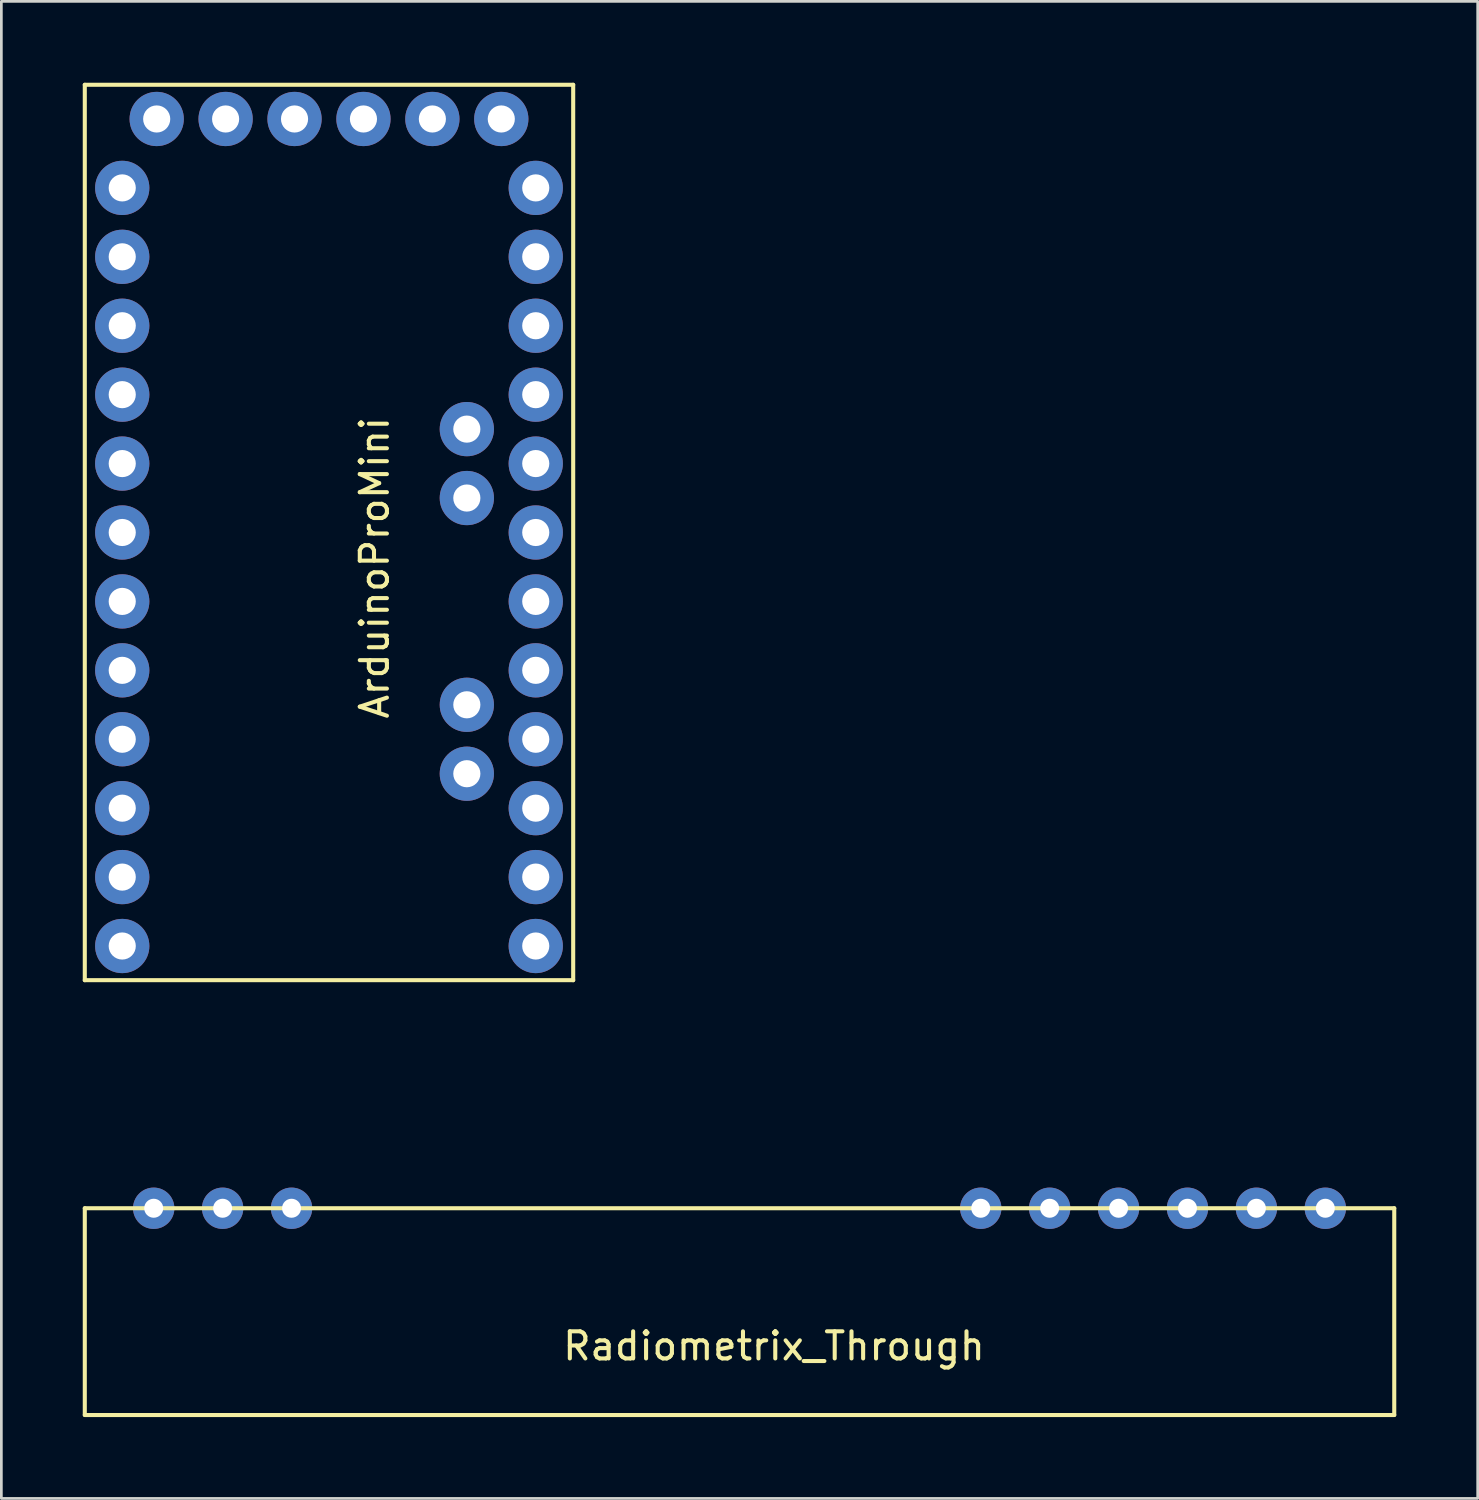
<source format=kicad_pcb>
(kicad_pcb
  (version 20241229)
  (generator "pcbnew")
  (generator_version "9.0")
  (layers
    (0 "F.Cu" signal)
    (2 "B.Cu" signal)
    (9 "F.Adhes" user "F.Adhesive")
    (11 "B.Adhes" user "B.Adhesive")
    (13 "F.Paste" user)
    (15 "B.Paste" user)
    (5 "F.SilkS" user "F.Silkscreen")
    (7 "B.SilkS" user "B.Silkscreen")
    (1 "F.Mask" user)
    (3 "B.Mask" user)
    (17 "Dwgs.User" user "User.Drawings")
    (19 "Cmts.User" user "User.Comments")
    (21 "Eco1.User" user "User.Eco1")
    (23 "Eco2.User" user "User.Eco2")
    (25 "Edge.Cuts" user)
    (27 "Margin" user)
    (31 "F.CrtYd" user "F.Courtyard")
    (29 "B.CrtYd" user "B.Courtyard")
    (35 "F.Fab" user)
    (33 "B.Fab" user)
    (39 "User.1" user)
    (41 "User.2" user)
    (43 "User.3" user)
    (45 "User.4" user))
  (footprint "ArduinoProMini"
    (layer "F.Cu")
    (at 9.155 17.875)
    (property "Reference" "ArduinoProMini" (at 1.6 0 90) (layer "F.SilkS") (effects (font (size 1 1) (thickness 0.15))))
    (attr through_hole)
    (fp_line (start -9.08 -17.8) (end 8.92 -17.8) (stroke (width 0.15) (type solid)) (layer "F.SilkS"))
    (fp_line (start -9.08 15.2) (end -9.08 -17.8) (stroke (width 0.15) (type solid)) (layer "F.SilkS"))
    (fp_line (start -9.08 15.2) (end 8.92 15.2) (stroke (width 0.15) (type solid)) (layer "F.SilkS"))
    (fp_line (start 8.92 -17.8) (end 8.92 15.2) (stroke (width 0.15) (type solid)) (layer "F.SilkS"))
    (pad "1" thru_hole circle (at -7.7 -14) (size 2 2) (drill 1) (layers "*.Cu" "*.Mask"))
    (pad "2" thru_hole circle (at -7.7 -11.46) (size 2 2) (drill 1) (layers "*.Cu" "*.Mask"))
    (pad "3" thru_hole circle (at -7.7 -8.92) (size 2 2) (drill 1) (layers "*.Cu" "*.Mask"))
    (pad "4" thru_hole circle (at -7.7 -6.38) (size 2 2) (drill 1) (layers "*.Cu" "*.Mask"))
    (pad "5" thru_hole circle (at -7.7 -3.84) (size 2 2) (drill 1) (layers "*.Cu" "*.Mask"))
    (pad "6" thru_hole circle (at -7.7 -1.3) (size 2 2) (drill 1) (layers "*.Cu" "*.Mask"))
    (pad "7" thru_hole circle (at -7.7 1.24) (size 2 2) (drill 1) (layers "*.Cu" "*.Mask"))
    (pad "8" thru_hole circle (at -7.7 3.78) (size 2 2) (drill 1) (layers "*.Cu" "*.Mask"))
    (pad "9" thru_hole circle (at -7.7 6.32) (size 2 2) (drill 1) (layers "*.Cu" "*.Mask"))
    (pad "10" thru_hole circle (at -7.7 8.86) (size 2 2) (drill 1) (layers "*.Cu" "*.Mask"))
    (pad "11" thru_hole circle (at -7.7 11.4) (size 2 2) (drill 1) (layers "*.Cu" "*.Mask"))
    (pad "12" thru_hole circle (at -7.7 13.94) (size 2 2) (drill 1) (layers "*.Cu" "*.Mask"))
    (pad "13" thru_hole circle (at 7.54 13.94) (size 2 2) (drill 1) (layers "*.Cu" "*.Mask"))
    (pad "14" thru_hole circle (at 7.54 11.4) (size 2 2) (drill 1) (layers "*.Cu" "*.Mask"))
    (pad "15" thru_hole circle (at 7.54 8.86) (size 2 2) (drill 1) (layers "*.Cu" "*.Mask"))
    (pad "16" thru_hole circle (at 7.54 6.32) (size 2 2) (drill 1) (layers "*.Cu" "*.Mask"))
    (pad "17" thru_hole circle (at 7.54 3.78) (size 2 2) (drill 1) (layers "*.Cu" "*.Mask"))
    (pad "18" thru_hole circle (at 7.54 1.24) (size 2 2) (drill 1) (layers "*.Cu" "*.Mask"))
    (pad "19" thru_hole circle (at 7.54 -1.3) (size 2 2) (drill 1) (layers "*.Cu" "*.Mask"))
    (pad "20" thru_hole circle (at 7.54 -3.84) (size 2 2) (drill 1) (layers "*.Cu" "*.Mask"))
    (pad "21" thru_hole circle (at 7.54 -6.38) (size 2 2) (drill 1) (layers "*.Cu" "*.Mask"))
    (pad "22" thru_hole circle (at 7.54 -8.92) (size 2 2) (drill 1) (layers "*.Cu" "*.Mask"))
    (pad "23" thru_hole circle (at 7.54 -11.46) (size 2 2) (drill 1) (layers "*.Cu" "*.Mask"))
    (pad "24" thru_hole circle (at 7.54 -14) (size 2 2) (drill 1) (layers "*.Cu" "*.Mask"))
    (pad "25" thru_hole circle (at 6.27 -16.54) (size 2 2) (drill 1) (layers "*.Cu" "*.Mask"))
    (pad "26" thru_hole circle (at 3.73 -16.54) (size 2 2) (drill 1) (layers "*.Cu" "*.Mask"))
    (pad "27" thru_hole circle (at 1.19 -16.54) (size 2 2) (drill 1) (layers "*.Cu" "*.Mask"))
    (pad "28" thru_hole circle (at -1.35 -16.54) (size 2 2) (drill 1) (layers "*.Cu" "*.Mask"))
    (pad "29" thru_hole circle (at -3.89 -16.54) (size 2 2) (drill 1) (layers "*.Cu" "*.Mask"))
    (pad "30" thru_hole circle (at -6.43 -16.54) (size 2 2) (drill 1) (layers "*.Cu" "*.Mask"))
    (pad "31" thru_hole circle (at 5 7.59) (size 2 2) (drill 1) (layers "*.Cu" "*.Mask"))
    (pad "32" thru_hole circle (at 5 5.05) (size 2 2) (drill 1) (layers "*.Cu" "*.Mask"))
    (pad "33" thru_hole circle (at 5 -2.57) (size 2 2) (drill 1) (layers "*.Cu" "*.Mask"))
    (pad "34" thru_hole circle (at 5 -5.11) (size 2 2) (drill 1) (layers "*.Cu" "*.Mask")))
  (footprint "Radiometrix_Through"
    (layer "F.Cu")
    (at 25.475 36.4)
    (property "Reference" "Radiometrix_Through" (at 0 10.16 0) (layer "F.SilkS") (effects (font (size 1 1) (thickness 0.15))))
    (attr through_hole)
    (fp_line (start -25.4 5.08) (end -25.4 12.7) (stroke (width 0.15) (type solid)) (layer "F.SilkS"))
    (fp_line (start -25.4 12.7) (end 22.86 12.7) (stroke (width 0.15) (type solid)) (layer "F.SilkS"))
    (fp_line (start 22.86 5.08) (end -25.4 5.08) (stroke (width 0.15) (type solid)) (layer "F.SilkS"))
    (fp_line (start 22.86 12.7) (end 22.86 5.08) (stroke (width 0.15) (type solid)) (layer "F.SilkS"))
    (pad "1" thru_hole circle (at -22.86 5.08) (size 1.524 1.524) (drill 0.7) (layers "*.Cu" "*.Mask"))
    (pad "2" thru_hole circle (at -20.32 5.08) (size 1.524 1.524) (drill 0.7) (layers "*.Cu" "*.Mask"))
    (pad "3" thru_hole circle (at -17.78 5.08) (size 1.524 1.524) (drill 0.7) (layers "*.Cu" "*.Mask"))
    (pad "4" thru_hole circle (at 7.62 5.08) (size 1.524 1.524) (drill 0.7) (layers "*.Cu" "*.Mask"))
    (pad "5" thru_hole circle (at 10.16 5.08) (size 1.524 1.524) (drill 0.7) (layers "*.Cu" "*.Mask"))
    (pad "6" thru_hole circle (at 12.7 5.08) (size 1.524 1.524) (drill 0.7) (layers "*.Cu" "*.Mask"))
    (pad "7" thru_hole circle (at 15.24 5.08) (size 1.524 1.524) (drill 0.7) (layers "*.Cu" "*.Mask"))
    (pad "8" thru_hole circle (at 17.78 5.08) (size 1.524 1.524) (drill 0.7) (layers "*.Cu" "*.Mask"))
    (pad "9" thru_hole circle (at 20.32 5.08) (size 1.524 1.524) (drill 0.7) (layers "*.Cu" "*.Mask")))
  (gr_rect
    (start -3 -3)
    (end 51.41 52.175)
    (stroke (width 0.1) (type default))
    (fill no)
    (layer "Edge.Cuts")))
</source>
